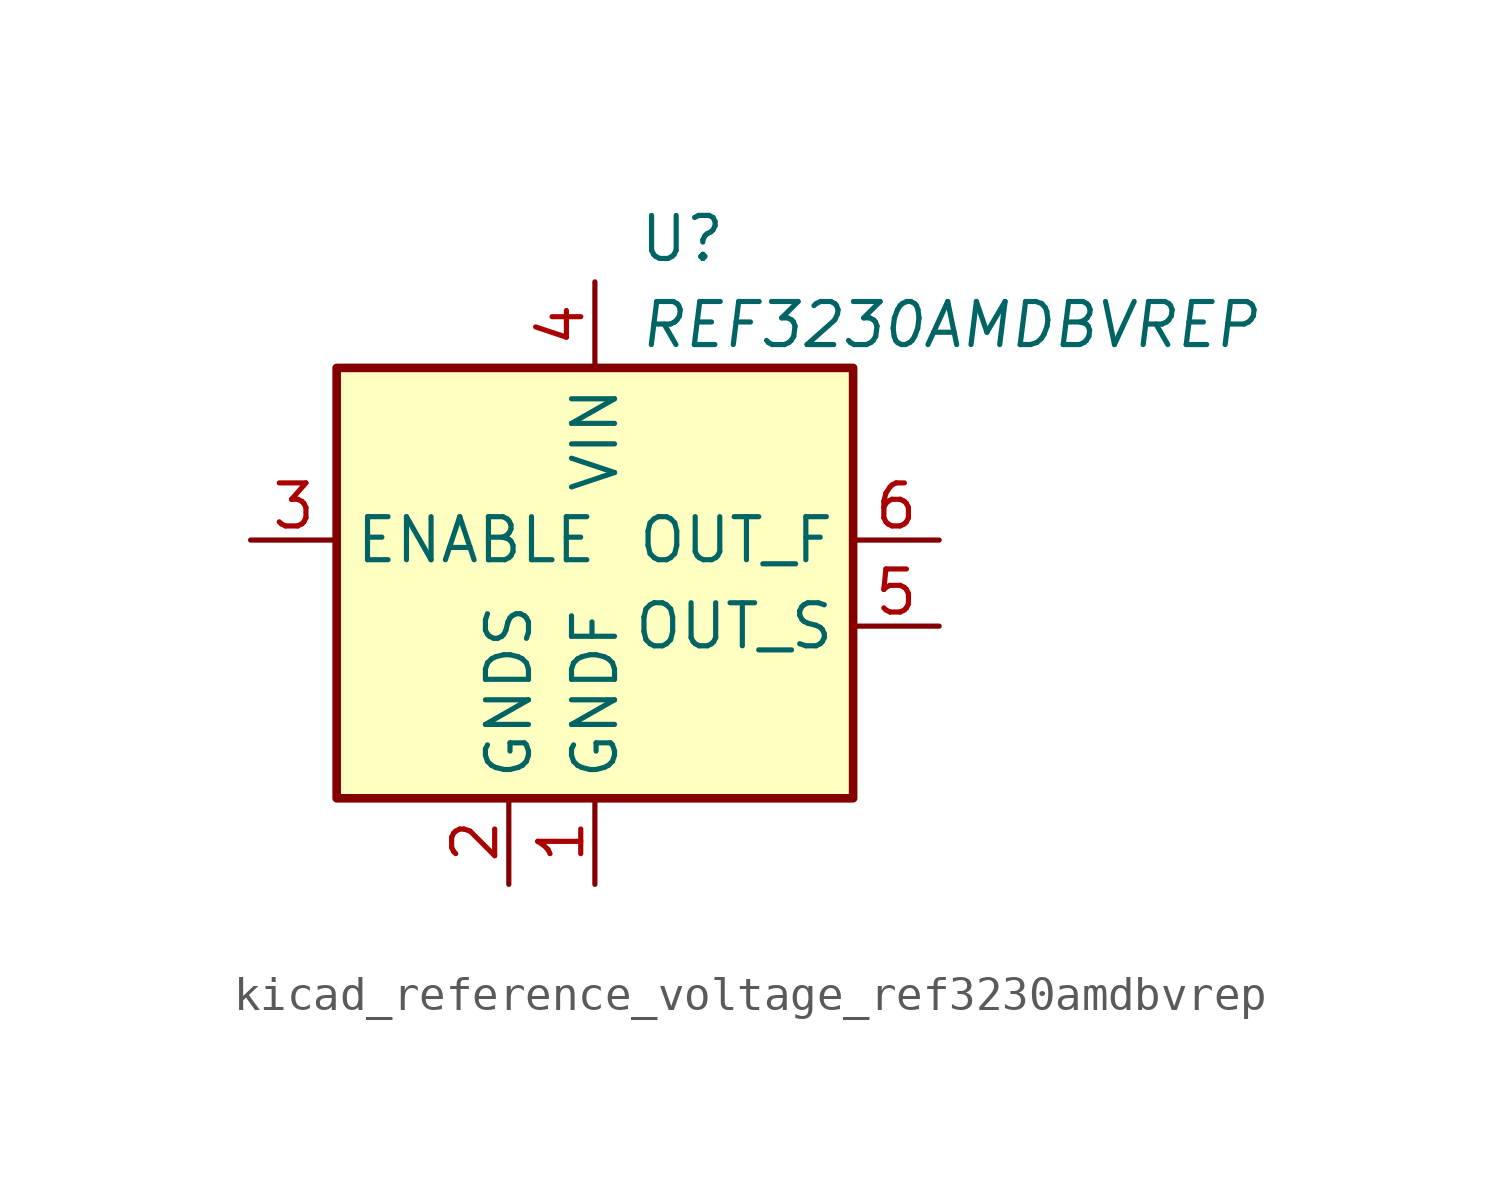
<source format=kicad_sym>
(kicad_symbol_lib
  (version 20220914)
  (generator kicad_symbol_editor)
  (symbol "kicad_reference_voltage_ref3230amdbvrep"
    (property "Reference" "U"
      (at 1.27 8.89 0)
      (effects (font (size 1.27 1.27)) (justify left)))
    (property "Value" "REF3230AMDBVREP"
      (at 1.27 6.35 0)
      (effects (font (size 1.27 1.27) italic) (justify left)))
    (symbol "kicad_reference_voltage_ref3230amdbvrep_0_1"
      (rectangle (start -7.62 5.08) (end 7.62 -7.62) (stroke (width 0.254) (type default)) (fill (type background))))
    (symbol "kicad_reference_voltage_ref3230amdbvrep_1_1"
      (pin power_in line (at 0 -10.16 90) (length 2.54) (name "GNDF" (effects (font (size 1.27 1.27)))) (number "1" (effects (font (size 1.27 1.27)))))
      (pin input line (at -2.54 -10.16 90) (length 2.54) (name "GNDS" (effects (font (size 1.27 1.27)))) (number "2" (effects (font (size 1.27 1.27)))))
      (pin input line (at -10.16 0 0) (length 2.54) (name "ENABLE" (effects (font (size 1.27 1.27)))) (number "3" (effects (font (size 1.27 1.27)))))
      (pin power_in line (at 0 7.62 270) (length 2.54) (name "VIN" (effects (font (size 1.27 1.27)))) (number "4" (effects (font (size 1.27 1.27)))))
      (pin input line (at 10.16 -2.54 180) (length 2.54) (name "OUT_S" (effects (font (size 1.27 1.27)))) (number "5" (effects (font (size 1.27 1.27)))))
      (pin output line (at 10.16 0 180) (length 2.54) (name "OUT_F" (effects (font (size 1.27 1.27)))) (number "6" (effects (font (size 1.27 1.27))))))))
</source>
